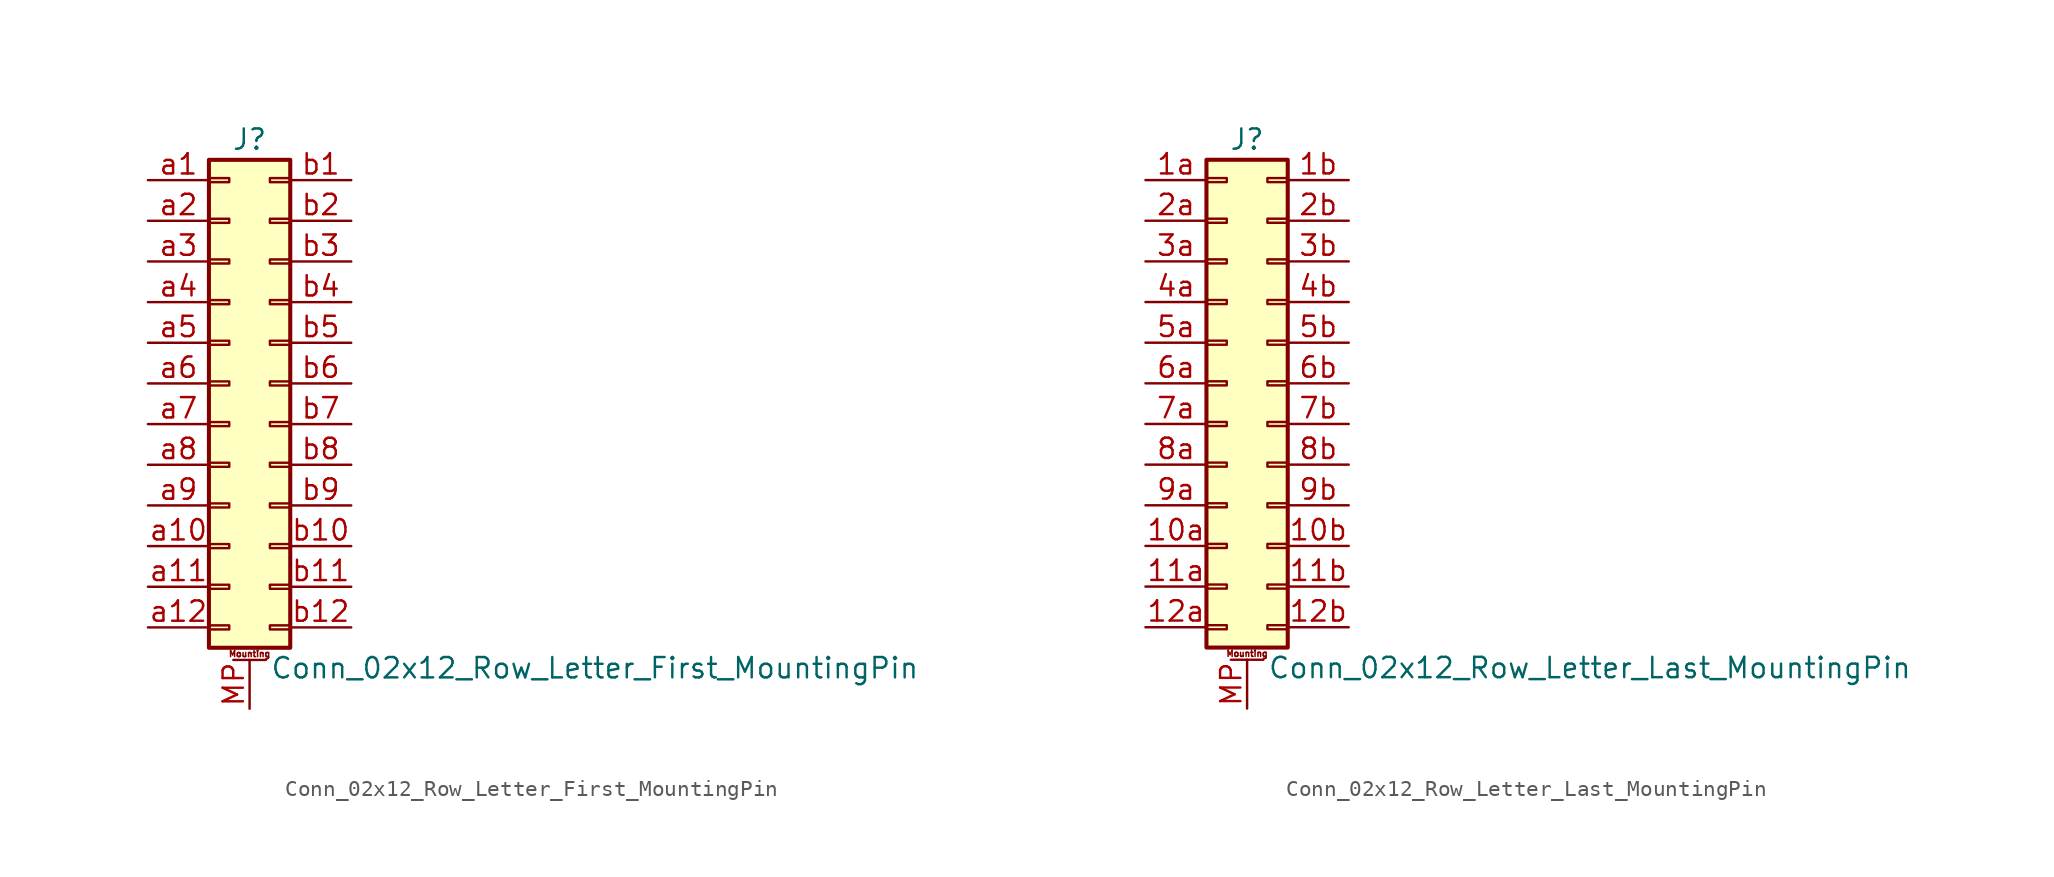
<source format=kicad_sym>
(kicad_symbol_lib
  (version 20201005)
  (generator kicad_symbol_editor)
  (symbol "Conn_02x12_Row_Letter_First_MountingPin"
    (pin_names
      (offset 1.016) hide)
    (property "Reference" "J"
      (at 1.27 15.24 0)
      (effects (font (size 1.27 1.27))))
    (property "Value" "Conn_02x12_Row_Letter_First_MountingPin"
      (at 2.54 -17.78 0)
      (effects (font (size 1.27 1.27)) (justify left)))
    (symbol "Conn_02x12_Row_Letter_First_MountingPin_1_1"
      (text "Mounting" (at 1.27 -16.891 0) (effects (font (size 0.381 0.381))))
      (rectangle (start -1.27 -15.113) (end 0 -15.367) (stroke (width 0.152)) (fill (type none)))
      (rectangle (start -1.27 -12.573) (end 0 -12.827) (stroke (width 0.152)) (fill (type none)))
      (rectangle (start -1.27 -10.033) (end 0 -10.287) (stroke (width 0.152)) (fill (type none)))
      (rectangle (start -1.27 -7.493) (end 0 -7.747) (stroke (width 0.152)) (fill (type none)))
      (rectangle (start -1.27 -4.953) (end 0 -5.207) (stroke (width 0.152)) (fill (type none)))
      (rectangle (start -1.27 -2.413) (end 0 -2.667) (stroke (width 0.152)) (fill (type none)))
      (rectangle (start -1.27 0.127) (end 0 -0.127) (stroke (width 0.152)) (fill (type none)))
      (rectangle (start -1.27 2.667) (end 0 2.413) (stroke (width 0.152)) (fill (type none)))
      (rectangle (start -1.27 5.207) (end 0 4.953) (stroke (width 0.152)) (fill (type none)))
      (rectangle (start -1.27 7.747) (end 0 7.493) (stroke (width 0.152)) (fill (type none)))
      (rectangle (start -1.27 10.287) (end 0 10.033) (stroke (width 0.152)) (fill (type none)))
      (rectangle (start -1.27 12.827) (end 0 12.573) (stroke (width 0.152)) (fill (type none)))
      (rectangle (start 3.81 -15.113) (end 2.54 -15.367) (stroke (width 0.152)) (fill (type none)))
      (rectangle (start 3.81 -12.573) (end 2.54 -12.827) (stroke (width 0.152)) (fill (type none)))
      (rectangle (start 3.81 -10.033) (end 2.54 -10.287) (stroke (width 0.152)) (fill (type none)))
      (rectangle (start 3.81 -7.493) (end 2.54 -7.747) (stroke (width 0.152)) (fill (type none)))
      (rectangle (start 3.81 -4.953) (end 2.54 -5.207) (stroke (width 0.152)) (fill (type none)))
      (rectangle (start 3.81 -2.413) (end 2.54 -2.667) (stroke (width 0.152)) (fill (type none)))
      (rectangle (start 3.81 0.127) (end 2.54 -0.127) (stroke (width 0.152)) (fill (type none)))
      (rectangle (start 3.81 2.667) (end 2.54 2.413) (stroke (width 0.152)) (fill (type none)))
      (rectangle (start 3.81 5.207) (end 2.54 4.953) (stroke (width 0.152)) (fill (type none)))
      (rectangle (start 3.81 7.747) (end 2.54 7.493) (stroke (width 0.152)) (fill (type none)))
      (rectangle (start 3.81 10.287) (end 2.54 10.033) (stroke (width 0.152)) (fill (type none)))
      (rectangle (start 3.81 12.827) (end 2.54 12.573) (stroke (width 0.152)) (fill (type none)))
      (rectangle (start -1.27 13.97) (end 3.81 -16.51) (stroke (width 0.254)) (fill (type background)))
      (polyline (pts (xy 0.254 -17.272) (xy 2.286 -17.272)) (stroke (width 0.152)) (fill (type none)))
      (pin passive line (at 1.27 -20.32 90) (length 3.048) (name "MountPin" (effects (font (size 1.27 1.27)))) (number "MP" (effects (font (size 1.27 1.27)))))
      (pin passive line (at -5.08 12.7 0) (length 3.81) (name "Pin_a1" (effects (font (size 1.27 1.27)))) (number "a1" (effects (font (size 1.27 1.27)))))
      (pin passive line (at -5.08 -10.16 0) (length 3.81) (name "Pin_a10" (effects (font (size 1.27 1.27)))) (number "a10" (effects (font (size 1.27 1.27)))))
      (pin passive line (at -5.08 -12.7 0) (length 3.81) (name "Pin_a11" (effects (font (size 1.27 1.27)))) (number "a11" (effects (font (size 1.27 1.27)))))
      (pin passive line (at -5.08 -15.24 0) (length 3.81) (name "Pin_a12" (effects (font (size 1.27 1.27)))) (number "a12" (effects (font (size 1.27 1.27)))))
      (pin passive line (at -5.08 10.16 0) (length 3.81) (name "Pin_a2" (effects (font (size 1.27 1.27)))) (number "a2" (effects (font (size 1.27 1.27)))))
      (pin passive line (at -5.08 7.62 0) (length 3.81) (name "Pin_a3" (effects (font (size 1.27 1.27)))) (number "a3" (effects (font (size 1.27 1.27)))))
      (pin passive line (at -5.08 5.08 0) (length 3.81) (name "Pin_a4" (effects (font (size 1.27 1.27)))) (number "a4" (effects (font (size 1.27 1.27)))))
      (pin passive line (at -5.08 2.54 0) (length 3.81) (name "Pin_a5" (effects (font (size 1.27 1.27)))) (number "a5" (effects (font (size 1.27 1.27)))))
      (pin passive line (at -5.08 0 0) (length 3.81) (name "Pin_a6" (effects (font (size 1.27 1.27)))) (number "a6" (effects (font (size 1.27 1.27)))))
      (pin passive line (at -5.08 -2.54 0) (length 3.81) (name "Pin_a7" (effects (font (size 1.27 1.27)))) (number "a7" (effects (font (size 1.27 1.27)))))
      (pin passive line (at -5.08 -5.08 0) (length 3.81) (name "Pin_a8" (effects (font (size 1.27 1.27)))) (number "a8" (effects (font (size 1.27 1.27)))))
      (pin passive line (at -5.08 -7.62 0) (length 3.81) (name "Pin_a9" (effects (font (size 1.27 1.27)))) (number "a9" (effects (font (size 1.27 1.27)))))
      (pin passive line (at 7.62 12.7 180) (length 3.81) (name "Pin_b1" (effects (font (size 1.27 1.27)))) (number "b1" (effects (font (size 1.27 1.27)))))
      (pin passive line (at 7.62 -10.16 180) (length 3.81) (name "Pin_b10" (effects (font (size 1.27 1.27)))) (number "b10" (effects (font (size 1.27 1.27)))))
      (pin passive line (at 7.62 -12.7 180) (length 3.81) (name "Pin_b11" (effects (font (size 1.27 1.27)))) (number "b11" (effects (font (size 1.27 1.27)))))
      (pin passive line (at 7.62 -15.24 180) (length 3.81) (name "Pin_b12" (effects (font (size 1.27 1.27)))) (number "b12" (effects (font (size 1.27 1.27)))))
      (pin passive line (at 7.62 10.16 180) (length 3.81) (name "Pin_b2" (effects (font (size 1.27 1.27)))) (number "b2" (effects (font (size 1.27 1.27)))))
      (pin passive line (at 7.62 7.62 180) (length 3.81) (name "Pin_b3" (effects (font (size 1.27 1.27)))) (number "b3" (effects (font (size 1.27 1.27)))))
      (pin passive line (at 7.62 5.08 180) (length 3.81) (name "Pin_b4" (effects (font (size 1.27 1.27)))) (number "b4" (effects (font (size 1.27 1.27)))))
      (pin passive line (at 7.62 2.54 180) (length 3.81) (name "Pin_b5" (effects (font (size 1.27 1.27)))) (number "b5" (effects (font (size 1.27 1.27)))))
      (pin passive line (at 7.62 0 180) (length 3.81) (name "Pin_b6" (effects (font (size 1.27 1.27)))) (number "b6" (effects (font (size 1.27 1.27)))))
      (pin passive line (at 7.62 -2.54 180) (length 3.81) (name "Pin_b7" (effects (font (size 1.27 1.27)))) (number "b7" (effects (font (size 1.27 1.27)))))
      (pin passive line (at 7.62 -5.08 180) (length 3.81) (name "Pin_b8" (effects (font (size 1.27 1.27)))) (number "b8" (effects (font (size 1.27 1.27)))))
      (pin passive line (at 7.62 -7.62 180) (length 3.81) (name "Pin_b9" (effects (font (size 1.27 1.27)))) (number "b9" (effects (font (size 1.27 1.27)))))))
  (symbol "Conn_02x12_Row_Letter_Last_MountingPin"
    (pin_names
      (offset 1.016) hide)
    (property "Reference" "J"
      (at 1.27 15.24 0)
      (effects (font (size 1.27 1.27))))
    (property "Value" "Conn_02x12_Row_Letter_Last_MountingPin"
      (at 2.54 -17.78 0)
      (effects (font (size 1.27 1.27)) (justify left)))
    (symbol "Conn_02x12_Row_Letter_Last_MountingPin_1_1"
      (text "Mounting" (at 1.27 -16.891 0) (effects (font (size 0.381 0.381))))
      (rectangle (start -1.27 -15.113) (end 0 -15.367) (stroke (width 0.152)) (fill (type none)))
      (rectangle (start -1.27 -12.573) (end 0 -12.827) (stroke (width 0.152)) (fill (type none)))
      (rectangle (start -1.27 -10.033) (end 0 -10.287) (stroke (width 0.152)) (fill (type none)))
      (rectangle (start -1.27 -7.493) (end 0 -7.747) (stroke (width 0.152)) (fill (type none)))
      (rectangle (start -1.27 -4.953) (end 0 -5.207) (stroke (width 0.152)) (fill (type none)))
      (rectangle (start -1.27 -2.413) (end 0 -2.667) (stroke (width 0.152)) (fill (type none)))
      (rectangle (start -1.27 0.127) (end 0 -0.127) (stroke (width 0.152)) (fill (type none)))
      (rectangle (start -1.27 2.667) (end 0 2.413) (stroke (width 0.152)) (fill (type none)))
      (rectangle (start -1.27 5.207) (end 0 4.953) (stroke (width 0.152)) (fill (type none)))
      (rectangle (start -1.27 7.747) (end 0 7.493) (stroke (width 0.152)) (fill (type none)))
      (rectangle (start -1.27 10.287) (end 0 10.033) (stroke (width 0.152)) (fill (type none)))
      (rectangle (start -1.27 12.827) (end 0 12.573) (stroke (width 0.152)) (fill (type none)))
      (rectangle (start 3.81 -15.113) (end 2.54 -15.367) (stroke (width 0.152)) (fill (type none)))
      (rectangle (start 3.81 -12.573) (end 2.54 -12.827) (stroke (width 0.152)) (fill (type none)))
      (rectangle (start 3.81 -10.033) (end 2.54 -10.287) (stroke (width 0.152)) (fill (type none)))
      (rectangle (start 3.81 -7.493) (end 2.54 -7.747) (stroke (width 0.152)) (fill (type none)))
      (rectangle (start 3.81 -4.953) (end 2.54 -5.207) (stroke (width 0.152)) (fill (type none)))
      (rectangle (start 3.81 -2.413) (end 2.54 -2.667) (stroke (width 0.152)) (fill (type none)))
      (rectangle (start 3.81 0.127) (end 2.54 -0.127) (stroke (width 0.152)) (fill (type none)))
      (rectangle (start 3.81 2.667) (end 2.54 2.413) (stroke (width 0.152)) (fill (type none)))
      (rectangle (start 3.81 5.207) (end 2.54 4.953) (stroke (width 0.152)) (fill (type none)))
      (rectangle (start 3.81 7.747) (end 2.54 7.493) (stroke (width 0.152)) (fill (type none)))
      (rectangle (start 3.81 10.287) (end 2.54 10.033) (stroke (width 0.152)) (fill (type none)))
      (rectangle (start 3.81 12.827) (end 2.54 12.573) (stroke (width 0.152)) (fill (type none)))
      (rectangle (start -1.27 13.97) (end 3.81 -16.51) (stroke (width 0.254)) (fill (type background)))
      (polyline (pts (xy 0.254 -17.272) (xy 2.286 -17.272)) (stroke (width 0.152)) (fill (type none)))
      (pin passive line (at -5.08 -10.16 0) (length 3.81) (name "Pin_10a" (effects (font (size 1.27 1.27)))) (number "10a" (effects (font (size 1.27 1.27)))))
      (pin passive line (at 7.62 -10.16 180) (length 3.81) (name "Pin_10b" (effects (font (size 1.27 1.27)))) (number "10b" (effects (font (size 1.27 1.27)))))
      (pin passive line (at -5.08 -12.7 0) (length 3.81) (name "Pin_11a" (effects (font (size 1.27 1.27)))) (number "11a" (effects (font (size 1.27 1.27)))))
      (pin passive line (at 7.62 -12.7 180) (length 3.81) (name "Pin_11b" (effects (font (size 1.27 1.27)))) (number "11b" (effects (font (size 1.27 1.27)))))
      (pin passive line (at -5.08 -15.24 0) (length 3.81) (name "Pin_12a" (effects (font (size 1.27 1.27)))) (number "12a" (effects (font (size 1.27 1.27)))))
      (pin passive line (at 7.62 -15.24 180) (length 3.81) (name "Pin_12b" (effects (font (size 1.27 1.27)))) (number "12b" (effects (font (size 1.27 1.27)))))
      (pin passive line (at -5.08 12.7 0) (length 3.81) (name "Pin_1a" (effects (font (size 1.27 1.27)))) (number "1a" (effects (font (size 1.27 1.27)))))
      (pin passive line (at 7.62 12.7 180) (length 3.81) (name "Pin_1b" (effects (font (size 1.27 1.27)))) (number "1b" (effects (font (size 1.27 1.27)))))
      (pin passive line (at -5.08 10.16 0) (length 3.81) (name "Pin_2a" (effects (font (size 1.27 1.27)))) (number "2a" (effects (font (size 1.27 1.27)))))
      (pin passive line (at 7.62 10.16 180) (length 3.81) (name "Pin_2b" (effects (font (size 1.27 1.27)))) (number "2b" (effects (font (size 1.27 1.27)))))
      (pin passive line (at -5.08 7.62 0) (length 3.81) (name "Pin_3a" (effects (font (size 1.27 1.27)))) (number "3a" (effects (font (size 1.27 1.27)))))
      (pin passive line (at 7.62 7.62 180) (length 3.81) (name "Pin_3b" (effects (font (size 1.27 1.27)))) (number "3b" (effects (font (size 1.27 1.27)))))
      (pin passive line (at -5.08 5.08 0) (length 3.81) (name "Pin_4a" (effects (font (size 1.27 1.27)))) (number "4a" (effects (font (size 1.27 1.27)))))
      (pin passive line (at 7.62 5.08 180) (length 3.81) (name "Pin_4b" (effects (font (size 1.27 1.27)))) (number "4b" (effects (font (size 1.27 1.27)))))
      (pin passive line (at -5.08 2.54 0) (length 3.81) (name "Pin_5a" (effects (font (size 1.27 1.27)))) (number "5a" (effects (font (size 1.27 1.27)))))
      (pin passive line (at 7.62 2.54 180) (length 3.81) (name "Pin_5b" (effects (font (size 1.27 1.27)))) (number "5b" (effects (font (size 1.27 1.27)))))
      (pin passive line (at -5.08 0 0) (length 3.81) (name "Pin_6a" (effects (font (size 1.27 1.27)))) (number "6a" (effects (font (size 1.27 1.27)))))
      (pin passive line (at 7.62 0 180) (length 3.81) (name "Pin_6b" (effects (font (size 1.27 1.27)))) (number "6b" (effects (font (size 1.27 1.27)))))
      (pin passive line (at -5.08 -2.54 0) (length 3.81) (name "Pin_7a" (effects (font (size 1.27 1.27)))) (number "7a" (effects (font (size 1.27 1.27)))))
      (pin passive line (at 7.62 -2.54 180) (length 3.81) (name "Pin_7b" (effects (font (size 1.27 1.27)))) (number "7b" (effects (font (size 1.27 1.27)))))
      (pin passive line (at -5.08 -5.08 0) (length 3.81) (name "Pin_8a" (effects (font (size 1.27 1.27)))) (number "8a" (effects (font (size 1.27 1.27)))))
      (pin passive line (at 7.62 -5.08 180) (length 3.81) (name "Pin_8b" (effects (font (size 1.27 1.27)))) (number "8b" (effects (font (size 1.27 1.27)))))
      (pin passive line (at -5.08 -7.62 0) (length 3.81) (name "Pin_9a" (effects (font (size 1.27 1.27)))) (number "9a" (effects (font (size 1.27 1.27)))))
      (pin passive line (at 7.62 -7.62 180) (length 3.81) (name "Pin_9b" (effects (font (size 1.27 1.27)))) (number "9b" (effects (font (size 1.27 1.27)))))
      (pin passive line (at 1.27 -20.32 90) (length 3.048) (name "MountPin" (effects (font (size 1.27 1.27)))) (number "MP" (effects (font (size 1.27 1.27))))))))
</source>
